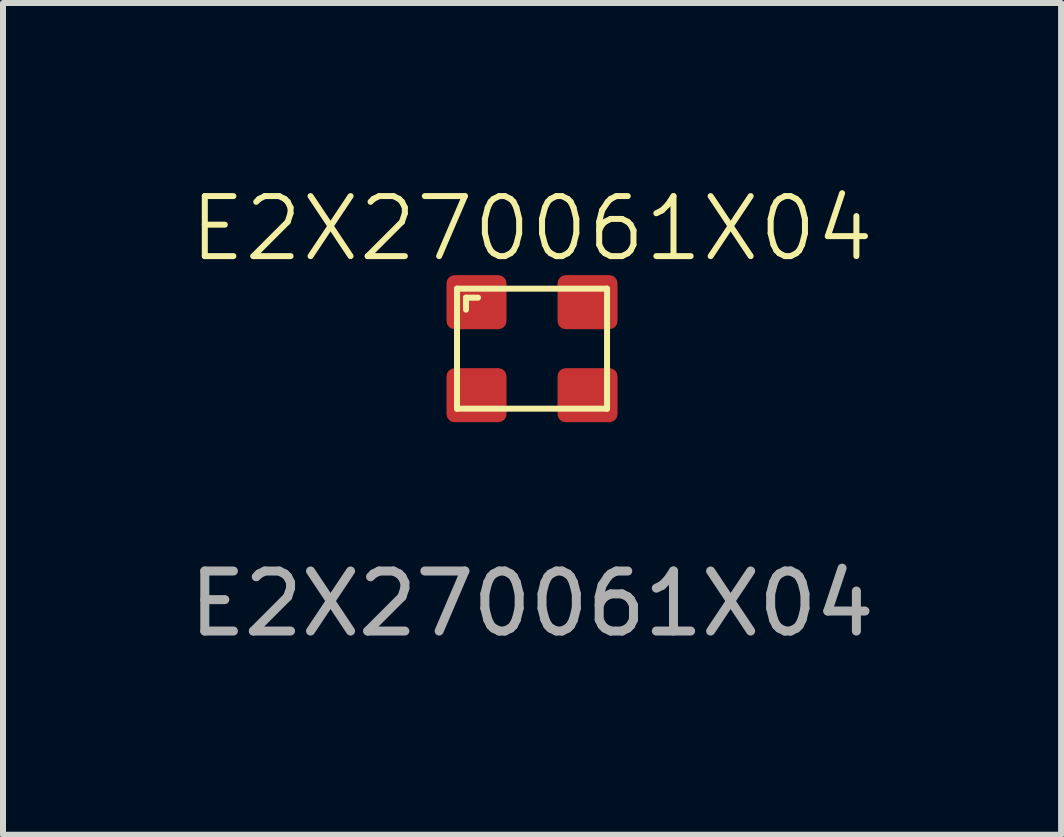
<source format=kicad_pcb>
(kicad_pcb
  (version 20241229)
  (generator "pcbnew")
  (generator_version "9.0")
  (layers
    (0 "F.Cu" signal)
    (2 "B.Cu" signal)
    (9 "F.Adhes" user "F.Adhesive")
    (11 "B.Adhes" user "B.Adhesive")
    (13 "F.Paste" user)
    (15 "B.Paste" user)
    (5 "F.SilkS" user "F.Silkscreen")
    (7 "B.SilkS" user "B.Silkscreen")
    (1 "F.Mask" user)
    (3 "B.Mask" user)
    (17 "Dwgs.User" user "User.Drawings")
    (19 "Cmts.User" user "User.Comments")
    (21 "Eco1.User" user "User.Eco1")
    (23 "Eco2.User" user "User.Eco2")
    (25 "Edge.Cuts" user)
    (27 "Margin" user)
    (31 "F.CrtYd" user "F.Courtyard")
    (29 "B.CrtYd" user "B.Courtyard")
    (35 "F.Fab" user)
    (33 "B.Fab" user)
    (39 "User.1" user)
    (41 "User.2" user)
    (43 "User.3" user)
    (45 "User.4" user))
  (footprint "E2X270061X04"
    (layer "F.Cu")
    (at 5.815 2.76)
    (property "Reference" "E2X270061X04" (at 0 -2 0) (unlocked yes) (layer "F.SilkS") (effects (font (size 1 1) (thickness 0.1))))
    (attr smd)
    (fp_line (start -1.25 -1) (end 1.25 -1) (stroke (width 0.1) (type default)) (layer "F.SilkS"))
    (fp_line (start -1.25 1) (end -1.25 -1) (stroke (width 0.1) (type default)) (layer "F.SilkS"))
    (fp_line (start -1.1 -0.85) (end -1.1 -0.65) (stroke (width 0.1) (type default)) (layer "F.SilkS"))
    (fp_line (start -1.1 -0.85) (end -0.9 -0.85) (stroke (width 0.1) (type default)) (layer "F.SilkS"))
    (fp_line (start 1.25 -1) (end 1.25 1) (stroke (width 0.1) (type default)) (layer "F.SilkS"))
    (fp_line (start 1.25 1) (end -1.25 1) (stroke (width 0.1) (type default)) (layer "F.SilkS"))
    (fp_text user "${REFERENCE}" (at 0 4.25 0) (unlocked yes) (layer "F.Fab") (effects (font (size 1 1) (thickness 0.15))))
    (pad "1" smd roundrect (at -0.925 0.775) (size 1 0.9) (layers "F.Cu" "F.Mask" "F.Paste") (roundrect_rratio 0.15))
    (pad "2" smd roundrect (at 0.925 0.775) (size 1 0.9) (layers "F.Cu" "F.Mask" "F.Paste") (roundrect_rratio 0.15))
    (pad "3" smd roundrect (at 0.925 -0.775) (size 1 0.9) (layers "F.Cu" "F.Mask" "F.Paste") (roundrect_rratio 0.15))
    (pad "4" smd roundrect (at -0.925 -0.775) (size 1 0.9) (layers "F.Cu" "F.Mask" "F.Paste") (roundrect_rratio 0.15))
    (zone (net_name "") (layer "F.SilkS") (hatch edge 0.5) (connect_pads) (min_thickness 0.25) (filled_areas_thickness no) (keepout (tracks not_allowed) (vias not_allowed) (pads not_allowed) (copperpour allowed) (footprints not_allowed)) (placement (enabled no)) (fill) (polygon (pts (xy 4.565 1.76) (xy 7.065 1.76) (xy 7.065 3.76) (xy 4.565 3.76)))))
  (gr_rect
    (start -3 -3)
    (end 14.631 10.859)
    (stroke (width 0.1) (type default))
    (fill no)
    (layer "Edge.Cuts")))
</source>
